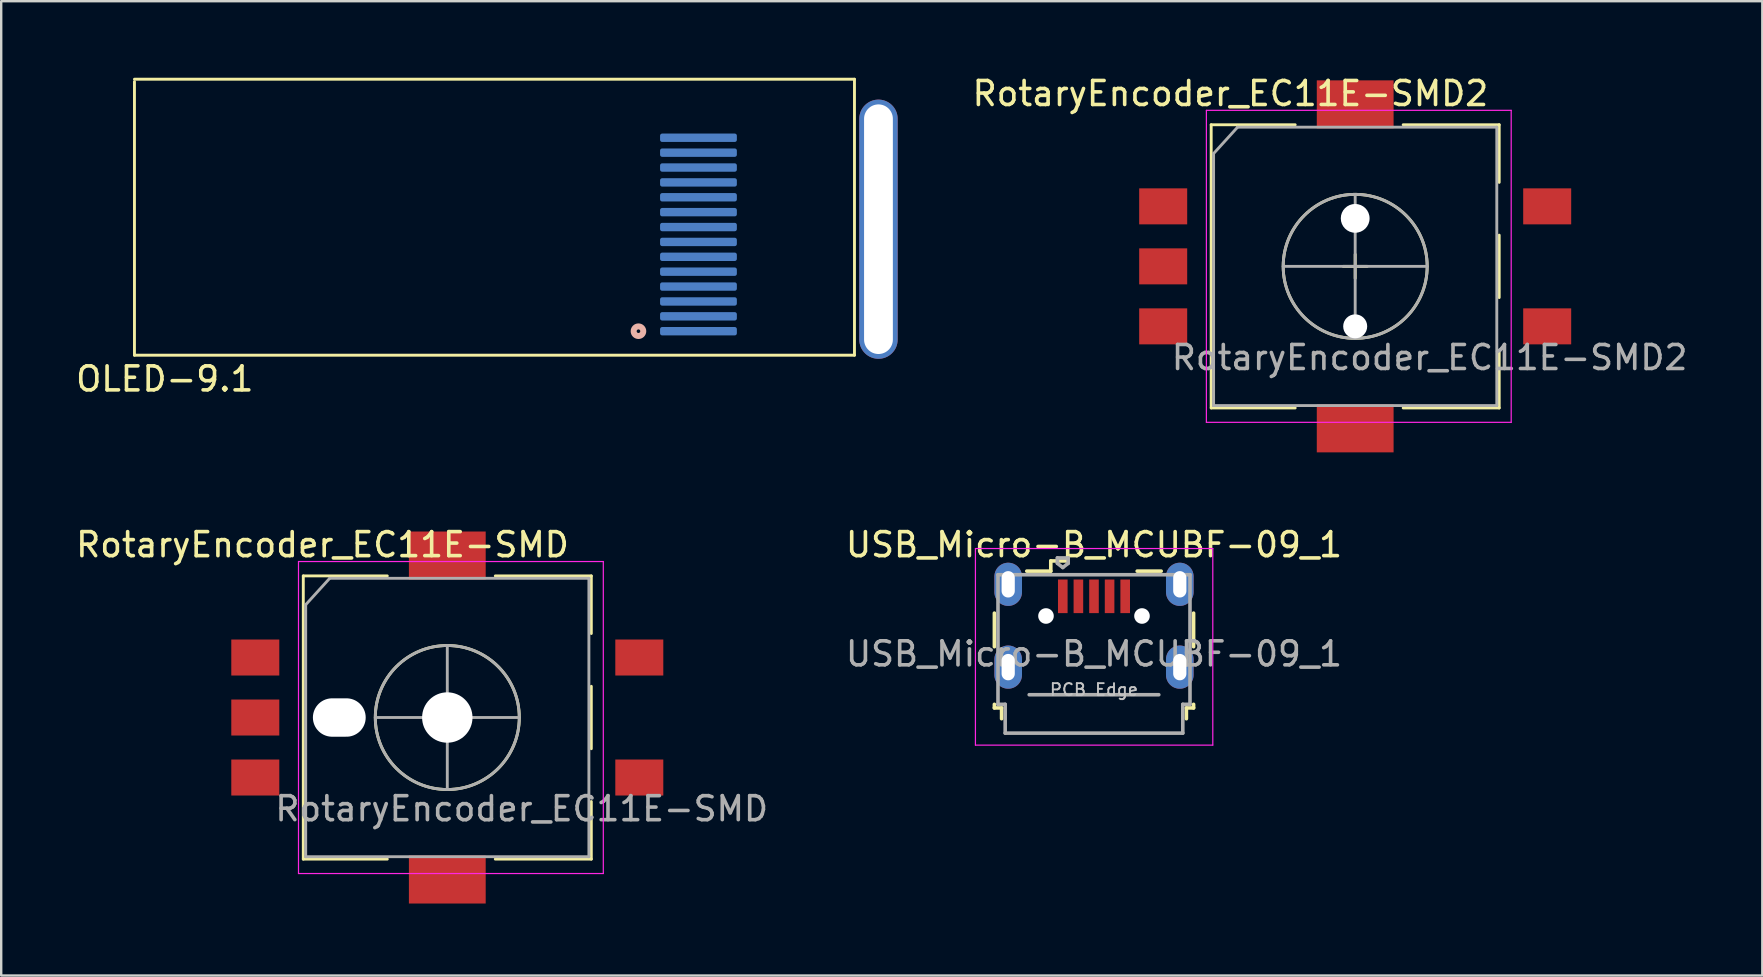
<source format=kicad_pcb>
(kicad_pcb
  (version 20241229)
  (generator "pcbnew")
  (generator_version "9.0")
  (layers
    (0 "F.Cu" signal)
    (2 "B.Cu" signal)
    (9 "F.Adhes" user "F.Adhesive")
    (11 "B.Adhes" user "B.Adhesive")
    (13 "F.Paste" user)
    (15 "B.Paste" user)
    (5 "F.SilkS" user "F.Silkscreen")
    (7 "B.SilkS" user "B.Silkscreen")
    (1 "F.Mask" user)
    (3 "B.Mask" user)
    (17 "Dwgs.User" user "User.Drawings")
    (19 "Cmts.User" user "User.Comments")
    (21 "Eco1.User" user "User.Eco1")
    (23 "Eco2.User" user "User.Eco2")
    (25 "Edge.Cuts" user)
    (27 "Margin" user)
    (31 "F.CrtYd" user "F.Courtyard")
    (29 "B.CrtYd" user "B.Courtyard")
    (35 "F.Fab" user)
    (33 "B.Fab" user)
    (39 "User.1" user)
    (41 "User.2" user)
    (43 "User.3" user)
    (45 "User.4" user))
  (footprint "RotaryEncoder_EC11E-SMD2"
    (layer "F.Cu")
    (at 45.415 5.548)
    (property "Reference" "RotaryEncoder_EC11E-SMD2" (at 2.8 -4.7 0) (layer "F.SilkS") (effects (font (size 1 1) (thickness 0.15))))
    (attr through_hole)
    (fp_line (start 2 -3.4) (end 2 8.4) (stroke (width 0.12) (type solid)) (layer "F.SilkS"))
    (fp_line (start 5.5 -3.4) (end 2 -3.4) (stroke (width 0.12) (type solid)) (layer "F.SilkS"))
    (fp_line (start 5.5 8.4) (end 2 8.4) (stroke (width 0.12) (type solid)) (layer "F.SilkS"))
    (fp_line (start 7.5 2.5) (end 8.5 2.5) (stroke (width 0.12) (type solid)) (layer "F.SilkS"))
    (fp_line (start 8 2) (end 8 3) (stroke (width 0.12) (type solid)) (layer "F.SilkS"))
    (fp_line (start 10 -3.4) (end 14 -3.4) (stroke (width 0.12) (type solid)) (layer "F.SilkS"))
    (fp_line (start 14 -3.4) (end 14 -1) (stroke (width 0.12) (type solid)) (layer "F.SilkS"))
    (fp_line (start 14 1.2) (end 14 3.8) (stroke (width 0.12) (type solid)) (layer "F.SilkS"))
    (fp_line (start 14 6) (end 14 8.4) (stroke (width 0.12) (type solid)) (layer "F.SilkS"))
    (fp_line (start 14 8.4) (end 10 8.4) (stroke (width 0.12) (type solid)) (layer "F.SilkS"))
    (fp_circle (center 8 2.5) (end 11 2.5) (stroke (width 0.12) (type solid)) (fill no) (layer "F.SilkS"))
    (fp_line (start 1.8 -4) (end 1.8 9) (stroke (width 0.05) (type solid)) (layer "F.CrtYd"))
    (fp_line (start 1.8 -4) (end 14.5 -4) (stroke (width 0.05) (type solid)) (layer "F.CrtYd"))
    (fp_line (start 14.5 9) (end 1.8 9) (stroke (width 0.05) (type solid)) (layer "F.CrtYd"))
    (fp_line (start 14.5 9) (end 14.5 -4) (stroke (width 0.05) (type solid)) (layer "F.CrtYd"))
    (fp_line (start 2.1 -2.2) (end 3.1 -3.3) (stroke (width 0.12) (type solid)) (layer "F.Fab"))
    (fp_line (start 2.1 8.3) (end 2.1 -2.2) (stroke (width 0.12) (type solid)) (layer "F.Fab"))
    (fp_line (start 3.1 -3.3) (end 13.9 -3.3) (stroke (width 0.12) (type solid)) (layer "F.Fab"))
    (fp_line (start 5 2.5) (end 11 2.5) (stroke (width 0.12) (type solid)) (layer "F.Fab"))
    (fp_line (start 8 -0.5) (end 8 5.5) (stroke (width 0.12) (type solid)) (layer "F.Fab"))
    (fp_line (start 13.9 -3.3) (end 13.9 8.3) (stroke (width 0.12) (type solid)) (layer "F.Fab"))
    (fp_line (start 13.9 8.3) (end 2.1 8.3) (stroke (width 0.12) (type solid)) (layer "F.Fab"))
    (fp_circle (center 8 2.5) (end 11 2.5) (stroke (width 0.12) (type solid)) (fill no) (layer "F.Fab"))
    (fp_text user "${REFERENCE}" (at 11.1 6.3 0) (layer "F.Fab") (effects (font (size 1 1) (thickness 0.15))))
    (pad "" np_thru_hole circle (at 8 0.5) (size 1.2 1.2) (drill 1.2) (layers "*.Cu" "*.Mask"))
    (pad "" np_thru_hole circle (at 8 5) (size 1 1) (drill 1) (layers "*.Cu" "*.Mask"))
    (pad "A" smd rect (at 0 0) (size 2 1.5) (layers "F.Cu" "F.Mask" "F.Paste"))
    (pad "B" smd rect (at 0 5) (size 2 1.5) (layers "F.Cu" "F.Mask" "F.Paste"))
    (pad "C" smd rect (at 0 2.5) (size 2 1.5) (layers "F.Cu" "F.Mask" "F.Paste"))
    (pad "MP" smd rect (at 8 -4.25) (size 3.2 2) (layers "F.Cu" "F.Mask" "F.Paste"))
    (pad "MP" smd rect (at 8 9.25) (size 3.2 2) (layers "F.Cu" "F.Mask" "F.Paste"))
    (pad "S1" smd rect (at 16 5) (size 2 1.5) (layers "F.Cu" "F.Mask" "F.Paste"))
    (pad "S2" smd rect (at 16 0) (size 2 1.5) (layers "F.Cu" "F.Mask" "F.Paste")))
  (footprint "OLED-9.1"
    (layer "F.Cu")
    (at 2.552 0.25)
    (property "Reference" "OLED-9.1" (at 1.264 12.488 0) (layer "F.SilkS") (effects (font (size 1 1) (thickness 0.15))))
    (attr through_hole)
    (fp_line (start 0 0.1) (end 0 11.5) (stroke (width 0.12) (type solid)) (layer "F.SilkS"))
    (fp_line (start 0 11.5) (end 30 11.5) (stroke (width 0.12) (type solid)) (layer "F.SilkS"))
    (fp_line (start 30 0) (end 0 0) (stroke (width 0.12) (type solid)) (layer "F.SilkS"))
    (fp_line (start 30 11.5) (end 30 0) (stroke (width 0.12) (type solid)) (layer "F.SilkS"))
    (fp_circle (center 21 10.5) (end 21.2 10.5) (stroke (width 0.25) (type solid)) (fill no) (layer "B.SilkS"))
    (pad "" np_thru_hole oval (at 31 6.25) (size 1.6 10.8) (drill oval 1.2 10.4) (layers "*.Cu" "*.Mask"))
    (pad "1" smd roundrect (at 23.5 10.5) (size 3.2 0.35) (layers "B.Cu" "B.Mask" "B.Paste") (roundrect_rratio 0.25))
    (pad "2" smd roundrect (at 23.5 9.88) (size 3.2 0.35) (layers "B.Cu" "B.Mask" "B.Paste") (roundrect_rratio 0.25))
    (pad "3" smd roundrect (at 23.5 9.26) (size 3.2 0.35) (layers "B.Cu" "B.Mask" "B.Paste") (roundrect_rratio 0.25))
    (pad "4" smd roundrect (at 23.5 8.64) (size 3.2 0.35) (layers "B.Cu" "B.Mask" "B.Paste") (roundrect_rratio 0.25))
    (pad "5" smd roundrect (at 23.5 8.02) (size 3.2 0.35) (layers "B.Cu" "B.Mask" "B.Paste") (roundrect_rratio 0.25))
    (pad "6" smd roundrect (at 23.5 7.4) (size 3.2 0.35) (layers "B.Cu" "B.Mask" "B.Paste") (roundrect_rratio 0.25))
    (pad "7" smd roundrect (at 23.5 6.78) (size 3.2 0.35) (layers "B.Cu" "B.Mask" "B.Paste") (roundrect_rratio 0.25))
    (pad "8" smd roundrect (at 23.5 6.16) (size 3.2 0.35) (layers "B.Cu" "B.Mask" "B.Paste") (roundrect_rratio 0.25))
    (pad "9" smd roundrect (at 23.5 5.54) (size 3.2 0.35) (layers "B.Cu" "B.Mask" "B.Paste") (roundrect_rratio 0.25))
    (pad "10" smd roundrect (at 23.5 4.92) (size 3.2 0.35) (layers "B.Cu" "B.Mask" "B.Paste") (roundrect_rratio 0.25))
    (pad "11" smd roundrect (at 23.5 4.3) (size 3.2 0.35) (layers "B.Cu" "B.Mask" "B.Paste") (roundrect_rratio 0.25))
    (pad "12" smd roundrect (at 23.5 3.68) (size 3.2 0.35) (layers "B.Cu" "B.Mask" "B.Paste") (roundrect_rratio 0.25))
    (pad "13" smd roundrect (at 23.5 3.06) (size 3.2 0.35) (layers "B.Cu" "B.Mask" "B.Paste") (roundrect_rratio 0.25))
    (pad "14" smd roundrect (at 23.5 2.44) (size 3.2 0.35) (layers "B.Cu" "B.Mask" "B.Paste") (roundrect_rratio 0.25)))
  (footprint "USB_Micro-B_MCUBF-09_1"
    (layer "F.Cu")
    (at 42.532 23.146)
    (property "Reference" "USB_Micro-B_MCUBF-09_1" (at 0 -3.5 0) (layer "F.SilkS") (effects (font (size 1 1) (thickness 0.15))))
    (attr smd)
    (fp_line (start -4.15 -0.65) (end -4.15 0.75) (stroke (width 0.15) (type solid)) (layer "F.SilkS"))
    (fp_line (start -4.15 3.15) (end -4.15 3.3) (stroke (width 0.15) (type solid)) (layer "F.SilkS"))
    (fp_line (start -4.15 3.3) (end -3.85 3.3) (stroke (width 0.15) (type solid)) (layer "F.SilkS"))
    (fp_line (start -3.85 3.3) (end -3.85 3.75) (stroke (width 0.15) (type solid)) (layer "F.SilkS"))
    (fp_line (start -1.8 -2.825) (end -1.8 -2.4) (stroke (width 0.15) (type solid)) (layer "F.SilkS"))
    (fp_line (start -1.8 -2.4) (end -2.8 -2.4) (stroke (width 0.15) (type solid)) (layer "F.SilkS"))
    (fp_line (start -1.075 -2.825) (end -1.8 -2.825) (stroke (width 0.15) (type solid)) (layer "F.SilkS"))
    (fp_line (start 1.8 -2.4) (end 2.8 -2.4) (stroke (width 0.15) (type solid)) (layer "F.SilkS"))
    (fp_line (start 3.85 3.3) (end 4.15 3.3) (stroke (width 0.15) (type solid)) (layer "F.SilkS"))
    (fp_line (start 3.85 3.75) (end 3.85 3.3) (stroke (width 0.15) (type solid)) (layer "F.SilkS"))
    (fp_line (start 4.15 0.75) (end 4.15 -0.65) (stroke (width 0.15) (type solid)) (layer "F.SilkS"))
    (fp_line (start 4.15 3.3) (end 4.15 3.15) (stroke (width 0.15) (type solid)) (layer "F.SilkS"))
    (fp_line (start -4.94 -3.34) (end -4.94 4.85) (stroke (width 0.05) (type solid)) (layer "F.CrtYd"))
    (fp_line (start -4.94 4.85) (end 4.95 4.85) (stroke (width 0.05) (type solid)) (layer "F.CrtYd"))
    (fp_line (start 4.95 -3.34) (end -4.94 -3.34) (stroke (width 0.05) (type solid)) (layer "F.CrtYd"))
    (fp_line (start 4.95 4.85) (end 4.95 -3.34) (stroke (width 0.05) (type solid)) (layer "F.CrtYd"))
    (fp_line (start -4 -2.25) (end -4 3.15) (stroke (width 0.15) (type solid)) (layer "F.Fab"))
    (fp_line (start -4 3.15) (end -3.7 3.15) (stroke (width 0.15) (type solid)) (layer "F.Fab"))
    (fp_line (start -3.7 3.15) (end -3.7 4.35) (stroke (width 0.15) (type solid)) (layer "F.Fab"))
    (fp_line (start -3.7 4.35) (end 3.7 4.35) (stroke (width 0.15) (type solid)) (layer "F.Fab"))
    (fp_line (start -2.7 2.75) (end 2.7 2.75) (stroke (width 0.15) (type solid)) (layer "F.Fab"))
    (fp_line (start -1.525 -2.95) (end -1.075 -2.95) (stroke (width 0.15) (type solid)) (layer "F.Fab"))
    (fp_line (start -1.525 -2.725) (end -1.525 -2.95) (stroke (width 0.15) (type solid)) (layer "F.Fab"))
    (fp_line (start -1.3 -2.55) (end -1.525 -2.725) (stroke (width 0.15) (type solid)) (layer "F.Fab"))
    (fp_line (start -1.075 -2.95) (end -1.075 -2.725) (stroke (width 0.15) (type solid)) (layer "F.Fab"))
    (fp_line (start -1.075 -2.725) (end -1.3 -2.55) (stroke (width 0.15) (type solid)) (layer "F.Fab"))
    (fp_line (start 3.7 3.15) (end 4 3.15) (stroke (width 0.15) (type solid)) (layer "F.Fab"))
    (fp_line (start 3.7 4.35) (end 3.7 3.15) (stroke (width 0.15) (type solid)) (layer "F.Fab"))
    (fp_line (start 4 -2.25) (end -4 -2.25) (stroke (width 0.15) (type solid)) (layer "F.Fab"))
    (fp_line (start 4 3.15) (end 4 -2.25) (stroke (width 0.15) (type solid)) (layer "F.Fab"))
    (fp_text user "PCB Edge" (at 0 2.54 0) (layer "Dwgs.User") (effects (font (size 0.5 0.5) (thickness 0.08))))
    (fp_text user "${REFERENCE}" (at 0 1.05 0) (layer "F.Fab") (effects (font (size 1 1) (thickness 0.15))))
    (pad "" np_thru_hole oval (at -2 -0.53) (size 0.65 0.65) (drill 0.65) (layers "*.Cu" "*.Mask"))
    (pad "" np_thru_hole oval (at 2 -0.53) (size 0.65 0.65) (drill 0.65) (layers "*.Cu" "*.Mask"))
    (pad "1" smd rect (at -1.3 -1.35) (size 0.4 1.4) (layers "F.Cu" "F.Mask" "F.Paste"))
    (pad "2" smd rect (at -0.65 -1.35) (size 0.4 1.4) (layers "F.Cu" "F.Mask" "F.Paste"))
    (pad "3" smd rect (at 0 -1.35) (size 0.4 1.4) (layers "F.Cu" "F.Mask" "F.Paste"))
    (pad "4" smd rect (at 0.65 -1.35) (size 0.4 1.4) (layers "F.Cu" "F.Mask" "F.Paste"))
    (pad "5" smd rect (at 1.3 -1.35) (size 0.4 1.4) (layers "F.Cu" "F.Mask" "F.Paste"))
    (pad "6" thru_hole oval (at -3.575 -1.85) (size 1.15 1.8) (drill oval 0.55 1.1) (layers "*.Cu" "*.Mask"))
    (pad "6" thru_hole oval (at -3.575 1.6) (size 1.15 1.8) (drill oval 0.55 1.1) (layers "*.Cu" "*.Mask"))
    (pad "6" thru_hole oval (at 3.575 -1.85) (size 1.15 1.8) (drill oval 0.55 1.1) (layers "*.Cu" "*.Mask"))
    (pad "6" thru_hole oval (at 3.575 1.6) (size 1.15 1.8) (drill oval 0.55 1.1) (layers "*.Cu" "*.Mask")))
  (footprint "RotaryEncoder_EC11E-SMD"
    (layer "F.Cu")
    (at 7.587 24.346)
    (property "Reference" "RotaryEncoder_EC11E-SMD" (at 2.8 -4.7 0) (layer "F.SilkS") (effects (font (size 1 1) (thickness 0.15))))
    (attr through_hole)
    (fp_line (start 2 -3.4) (end 2 8.4) (stroke (width 0.12) (type solid)) (layer "F.SilkS"))
    (fp_line (start 5.5 -3.4) (end 2 -3.4) (stroke (width 0.12) (type solid)) (layer "F.SilkS"))
    (fp_line (start 5.5 8.4) (end 2 8.4) (stroke (width 0.12) (type solid)) (layer "F.SilkS"))
    (fp_line (start 7.5 2.5) (end 8.5 2.5) (stroke (width 0.12) (type solid)) (layer "F.SilkS"))
    (fp_line (start 8 2) (end 8 3) (stroke (width 0.12) (type solid)) (layer "F.SilkS"))
    (fp_line (start 10 -3.4) (end 14 -3.4) (stroke (width 0.12) (type solid)) (layer "F.SilkS"))
    (fp_line (start 14 -3.4) (end 14 -1) (stroke (width 0.12) (type solid)) (layer "F.SilkS"))
    (fp_line (start 14 1.2) (end 14 3.8) (stroke (width 0.12) (type solid)) (layer "F.SilkS"))
    (fp_line (start 14 6) (end 14 8.4) (stroke (width 0.12) (type solid)) (layer "F.SilkS"))
    (fp_line (start 14 8.4) (end 10 8.4) (stroke (width 0.12) (type solid)) (layer "F.SilkS"))
    (fp_circle (center 8 2.5) (end 11 2.5) (stroke (width 0.12) (type solid)) (fill no) (layer "F.SilkS"))
    (fp_line (start 1.8 -4) (end 1.8 9) (stroke (width 0.05) (type solid)) (layer "F.CrtYd"))
    (fp_line (start 1.8 -4) (end 14.5 -4) (stroke (width 0.05) (type solid)) (layer "F.CrtYd"))
    (fp_line (start 14.5 9) (end 1.8 9) (stroke (width 0.05) (type solid)) (layer "F.CrtYd"))
    (fp_line (start 14.5 9) (end 14.5 -4) (stroke (width 0.05) (type solid)) (layer "F.CrtYd"))
    (fp_line (start 2.1 -2.2) (end 3.1 -3.3) (stroke (width 0.12) (type solid)) (layer "F.Fab"))
    (fp_line (start 2.1 8.3) (end 2.1 -2.2) (stroke (width 0.12) (type solid)) (layer "F.Fab"))
    (fp_line (start 3.1 -3.3) (end 13.9 -3.3) (stroke (width 0.12) (type solid)) (layer "F.Fab"))
    (fp_line (start 5 2.5) (end 11 2.5) (stroke (width 0.12) (type solid)) (layer "F.Fab"))
    (fp_line (start 8 -0.5) (end 8 5.5) (stroke (width 0.12) (type solid)) (layer "F.Fab"))
    (fp_line (start 13.9 -3.3) (end 13.9 8.3) (stroke (width 0.12) (type solid)) (layer "F.Fab"))
    (fp_line (start 13.9 8.3) (end 2.1 8.3) (stroke (width 0.12) (type solid)) (layer "F.Fab"))
    (fp_circle (center 8 2.5) (end 11 2.5) (stroke (width 0.12) (type solid)) (fill no) (layer "F.Fab"))
    (fp_text user "${REFERENCE}" (at 11.1 6.3 0) (layer "F.Fab") (effects (font (size 1 1) (thickness 0.15))))
    (pad "" np_thru_hole oval (at 3.5 2.5) (size 2.2 1.6) (drill oval 2.2 1.6) (layers "*.Cu" "*.Mask"))
    (pad "" np_thru_hole circle (at 8 2.5) (size 2.1 2.1) (drill 2.1) (layers "*.Cu" "*.Mask"))
    (pad "A" smd rect (at 0 0) (size 2 1.5) (layers "F.Cu" "F.Mask" "F.Paste"))
    (pad "B" smd rect (at 0 5) (size 2 1.5) (layers "F.Cu" "F.Mask" "F.Paste"))
    (pad "C" smd rect (at 0 2.5) (size 2 1.5) (layers "F.Cu" "F.Mask" "F.Paste"))
    (pad "MP" smd rect (at 8 -4.25) (size 3.2 2) (layers "F.Cu" "F.Mask" "F.Paste"))
    (pad "MP" smd rect (at 8 9.25) (size 3.2 2) (layers "F.Cu" "F.Mask" "F.Paste"))
    (pad "S1" smd rect (at 16 5) (size 2 1.5) (layers "F.Cu" "F.Mask" "F.Paste"))
    (pad "S2" smd rect (at 16 0) (size 2 1.5) (layers "F.Cu" "F.Mask" "F.Paste")))
  (gr_rect
    (start -3 -3)
    (end 70.378 37.596)
    (stroke (width 0.1) (type default))
    (fill no)
    (layer "Edge.Cuts")))
</source>
